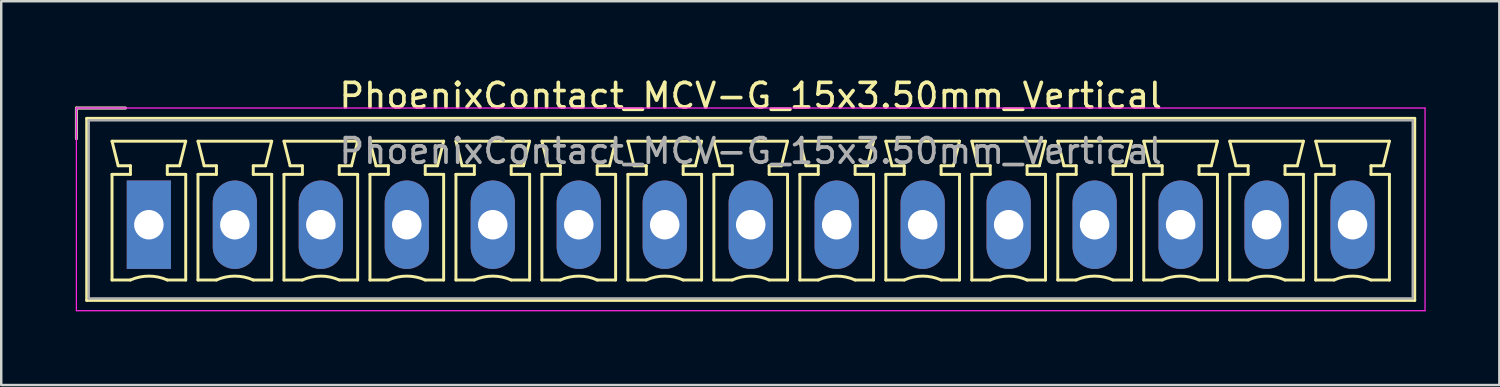
<source format=kicad_pcb>
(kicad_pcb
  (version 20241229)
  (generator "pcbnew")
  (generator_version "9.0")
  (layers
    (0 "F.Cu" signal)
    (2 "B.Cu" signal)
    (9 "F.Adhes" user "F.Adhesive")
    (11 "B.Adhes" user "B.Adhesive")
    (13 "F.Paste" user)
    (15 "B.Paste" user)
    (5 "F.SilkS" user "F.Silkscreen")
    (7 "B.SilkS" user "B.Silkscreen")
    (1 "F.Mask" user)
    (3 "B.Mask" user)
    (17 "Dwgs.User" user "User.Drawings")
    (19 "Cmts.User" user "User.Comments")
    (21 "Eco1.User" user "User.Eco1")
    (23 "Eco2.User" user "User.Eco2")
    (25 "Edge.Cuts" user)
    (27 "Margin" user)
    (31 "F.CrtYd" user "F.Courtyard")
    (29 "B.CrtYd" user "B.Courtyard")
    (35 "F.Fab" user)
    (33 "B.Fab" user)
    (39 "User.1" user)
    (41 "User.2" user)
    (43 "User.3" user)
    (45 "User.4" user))
  (footprint "PhoenixContact_MCV-G_15x3.50mm_Vertical"
    (layer "F.Cu")
    (at 3.01 6.098)
    (property "Reference" "PhoenixContact_MCV-G_15x3.50mm_Vertical" (at 24.5 -5.25 0) (layer "F.SilkS") (effects (font (size 1 1) (thickness 0.15))))
    (attr through_hole)
    (fp_line (start -2.95 -4.75) (end -0.95 -4.75) (stroke (width 0.12) (type solid)) (layer "F.SilkS"))
    (fp_line (start -2.95 -3.5) (end -2.95 -4.75) (stroke (width 0.12) (type solid)) (layer "F.SilkS"))
    (fp_line (start -2.53 -4.33) (end -2.53 3.08) (stroke (width 0.12) (type solid)) (layer "F.SilkS"))
    (fp_line (start -2.53 3.08) (end 51.53 3.08) (stroke (width 0.12) (type solid)) (layer "F.SilkS"))
    (fp_line (start -1.5 -3.4) (end 1.5 -3.4) (stroke (width 0.12) (type solid)) (layer "F.SilkS"))
    (fp_line (start -1.5 -2.05) (end -0.75 -2.05) (stroke (width 0.12) (type solid)) (layer "F.SilkS"))
    (fp_line (start -1.5 2.25) (end -1.5 -2.05) (stroke (width 0.12) (type solid)) (layer "F.SilkS"))
    (fp_line (start -1.25 -2.4) (end -1.5 -3.4) (stroke (width 0.12) (type solid)) (layer "F.SilkS"))
    (fp_line (start -0.75 -2.4) (end -1.25 -2.4) (stroke (width 0.12) (type solid)) (layer "F.SilkS"))
    (fp_line (start -0.75 -2.05) (end -0.75 -2.4) (stroke (width 0.12) (type solid)) (layer "F.SilkS"))
    (fp_line (start -0.75 2.25) (end -1.5 2.25) (stroke (width 0.12) (type solid)) (layer "F.SilkS"))
    (fp_line (start 0.75 -2.4) (end 0.75 -2.05) (stroke (width 0.12) (type solid)) (layer "F.SilkS"))
    (fp_line (start 0.75 -2.05) (end 1.5 -2.05) (stroke (width 0.12) (type solid)) (layer "F.SilkS"))
    (fp_line (start 1.25 -2.4) (end 0.75 -2.4) (stroke (width 0.12) (type solid)) (layer "F.SilkS"))
    (fp_line (start 1.5 -3.4) (end 1.25 -2.4) (stroke (width 0.12) (type solid)) (layer "F.SilkS"))
    (fp_line (start 1.5 -2.05) (end 1.5 2.25) (stroke (width 0.12) (type solid)) (layer "F.SilkS"))
    (fp_line (start 1.5 2.25) (end 0.75 2.25) (stroke (width 0.12) (type solid)) (layer "F.SilkS"))
    (fp_line (start 2 -3.4) (end 5 -3.4) (stroke (width 0.12) (type solid)) (layer "F.SilkS"))
    (fp_line (start 2 -2.05) (end 2.75 -2.05) (stroke (width 0.12) (type solid)) (layer "F.SilkS"))
    (fp_line (start 2 2.25) (end 2 -2.05) (stroke (width 0.12) (type solid)) (layer "F.SilkS"))
    (fp_line (start 2.25 -2.4) (end 2 -3.4) (stroke (width 0.12) (type solid)) (layer "F.SilkS"))
    (fp_line (start 2.75 -2.4) (end 2.25 -2.4) (stroke (width 0.12) (type solid)) (layer "F.SilkS"))
    (fp_line (start 2.75 -2.05) (end 2.75 -2.4) (stroke (width 0.12) (type solid)) (layer "F.SilkS"))
    (fp_line (start 2.75 2.25) (end 2 2.25) (stroke (width 0.12) (type solid)) (layer "F.SilkS"))
    (fp_line (start 4.25 -2.4) (end 4.25 -2.05) (stroke (width 0.12) (type solid)) (layer "F.SilkS"))
    (fp_line (start 4.25 -2.05) (end 5 -2.05) (stroke (width 0.12) (type solid)) (layer "F.SilkS"))
    (fp_line (start 4.75 -2.4) (end 4.25 -2.4) (stroke (width 0.12) (type solid)) (layer "F.SilkS"))
    (fp_line (start 5 -3.4) (end 4.75 -2.4) (stroke (width 0.12) (type solid)) (layer "F.SilkS"))
    (fp_line (start 5 -2.05) (end 5 2.25) (stroke (width 0.12) (type solid)) (layer "F.SilkS"))
    (fp_line (start 5 2.25) (end 4.25 2.25) (stroke (width 0.12) (type solid)) (layer "F.SilkS"))
    (fp_line (start 5.5 -3.4) (end 8.5 -3.4) (stroke (width 0.12) (type solid)) (layer "F.SilkS"))
    (fp_line (start 5.5 -2.05) (end 6.25 -2.05) (stroke (width 0.12) (type solid)) (layer "F.SilkS"))
    (fp_line (start 5.5 2.25) (end 5.5 -2.05) (stroke (width 0.12) (type solid)) (layer "F.SilkS"))
    (fp_line (start 5.75 -2.4) (end 5.5 -3.4) (stroke (width 0.12) (type solid)) (layer "F.SilkS"))
    (fp_line (start 6.25 -2.4) (end 5.75 -2.4) (stroke (width 0.12) (type solid)) (layer "F.SilkS"))
    (fp_line (start 6.25 -2.05) (end 6.25 -2.4) (stroke (width 0.12) (type solid)) (layer "F.SilkS"))
    (fp_line (start 6.25 2.25) (end 5.5 2.25) (stroke (width 0.12) (type solid)) (layer "F.SilkS"))
    (fp_line (start 7.75 -2.4) (end 7.75 -2.05) (stroke (width 0.12) (type solid)) (layer "F.SilkS"))
    (fp_line (start 7.75 -2.05) (end 8.5 -2.05) (stroke (width 0.12) (type solid)) (layer "F.SilkS"))
    (fp_line (start 8.25 -2.4) (end 7.75 -2.4) (stroke (width 0.12) (type solid)) (layer "F.SilkS"))
    (fp_line (start 8.5 -3.4) (end 8.25 -2.4) (stroke (width 0.12) (type solid)) (layer "F.SilkS"))
    (fp_line (start 8.5 -2.05) (end 8.5 2.25) (stroke (width 0.12) (type solid)) (layer "F.SilkS"))
    (fp_line (start 8.5 2.25) (end 7.75 2.25) (stroke (width 0.12) (type solid)) (layer "F.SilkS"))
    (fp_line (start 9 -3.4) (end 12 -3.4) (stroke (width 0.12) (type solid)) (layer "F.SilkS"))
    (fp_line (start 9 -2.05) (end 9.75 -2.05) (stroke (width 0.12) (type solid)) (layer "F.SilkS"))
    (fp_line (start 9 2.25) (end 9 -2.05) (stroke (width 0.12) (type solid)) (layer "F.SilkS"))
    (fp_line (start 9.25 -2.4) (end 9 -3.4) (stroke (width 0.12) (type solid)) (layer "F.SilkS"))
    (fp_line (start 9.75 -2.4) (end 9.25 -2.4) (stroke (width 0.12) (type solid)) (layer "F.SilkS"))
    (fp_line (start 9.75 -2.05) (end 9.75 -2.4) (stroke (width 0.12) (type solid)) (layer "F.SilkS"))
    (fp_line (start 9.75 2.25) (end 9 2.25) (stroke (width 0.12) (type solid)) (layer "F.SilkS"))
    (fp_line (start 11.25 -2.4) (end 11.25 -2.05) (stroke (width 0.12) (type solid)) (layer "F.SilkS"))
    (fp_line (start 11.25 -2.05) (end 12 -2.05) (stroke (width 0.12) (type solid)) (layer "F.SilkS"))
    (fp_line (start 11.75 -2.4) (end 11.25 -2.4) (stroke (width 0.12) (type solid)) (layer "F.SilkS"))
    (fp_line (start 12 -3.4) (end 11.75 -2.4) (stroke (width 0.12) (type solid)) (layer "F.SilkS"))
    (fp_line (start 12 -2.05) (end 12 2.25) (stroke (width 0.12) (type solid)) (layer "F.SilkS"))
    (fp_line (start 12 2.25) (end 11.25 2.25) (stroke (width 0.12) (type solid)) (layer "F.SilkS"))
    (fp_line (start 12.5 -3.4) (end 15.5 -3.4) (stroke (width 0.12) (type solid)) (layer "F.SilkS"))
    (fp_line (start 12.5 -2.05) (end 13.25 -2.05) (stroke (width 0.12) (type solid)) (layer "F.SilkS"))
    (fp_line (start 12.5 2.25) (end 12.5 -2.05) (stroke (width 0.12) (type solid)) (layer "F.SilkS"))
    (fp_line (start 12.75 -2.4) (end 12.5 -3.4) (stroke (width 0.12) (type solid)) (layer "F.SilkS"))
    (fp_line (start 13.25 -2.4) (end 12.75 -2.4) (stroke (width 0.12) (type solid)) (layer "F.SilkS"))
    (fp_line (start 13.25 -2.05) (end 13.25 -2.4) (stroke (width 0.12) (type solid)) (layer "F.SilkS"))
    (fp_line (start 13.25 2.25) (end 12.5 2.25) (stroke (width 0.12) (type solid)) (layer "F.SilkS"))
    (fp_line (start 14.75 -2.4) (end 14.75 -2.05) (stroke (width 0.12) (type solid)) (layer "F.SilkS"))
    (fp_line (start 14.75 -2.05) (end 15.5 -2.05) (stroke (width 0.12) (type solid)) (layer "F.SilkS"))
    (fp_line (start 15.25 -2.4) (end 14.75 -2.4) (stroke (width 0.12) (type solid)) (layer "F.SilkS"))
    (fp_line (start 15.5 -3.4) (end 15.25 -2.4) (stroke (width 0.12) (type solid)) (layer "F.SilkS"))
    (fp_line (start 15.5 -2.05) (end 15.5 2.25) (stroke (width 0.12) (type solid)) (layer "F.SilkS"))
    (fp_line (start 15.5 2.25) (end 14.75 2.25) (stroke (width 0.12) (type solid)) (layer "F.SilkS"))
    (fp_line (start 16 -3.4) (end 19 -3.4) (stroke (width 0.12) (type solid)) (layer "F.SilkS"))
    (fp_line (start 16 -2.05) (end 16.75 -2.05) (stroke (width 0.12) (type solid)) (layer "F.SilkS"))
    (fp_line (start 16 2.25) (end 16 -2.05) (stroke (width 0.12) (type solid)) (layer "F.SilkS"))
    (fp_line (start 16.25 -2.4) (end 16 -3.4) (stroke (width 0.12) (type solid)) (layer "F.SilkS"))
    (fp_line (start 16.75 -2.4) (end 16.25 -2.4) (stroke (width 0.12) (type solid)) (layer "F.SilkS"))
    (fp_line (start 16.75 -2.05) (end 16.75 -2.4) (stroke (width 0.12) (type solid)) (layer "F.SilkS"))
    (fp_line (start 16.75 2.25) (end 16 2.25) (stroke (width 0.12) (type solid)) (layer "F.SilkS"))
    (fp_line (start 18.25 -2.4) (end 18.25 -2.05) (stroke (width 0.12) (type solid)) (layer "F.SilkS"))
    (fp_line (start 18.25 -2.05) (end 19 -2.05) (stroke (width 0.12) (type solid)) (layer "F.SilkS"))
    (fp_line (start 18.75 -2.4) (end 18.25 -2.4) (stroke (width 0.12) (type solid)) (layer "F.SilkS"))
    (fp_line (start 19 -3.4) (end 18.75 -2.4) (stroke (width 0.12) (type solid)) (layer "F.SilkS"))
    (fp_line (start 19 -2.05) (end 19 2.25) (stroke (width 0.12) (type solid)) (layer "F.SilkS"))
    (fp_line (start 19 2.25) (end 18.25 2.25) (stroke (width 0.12) (type solid)) (layer "F.SilkS"))
    (fp_line (start 19.5 -3.4) (end 22.5 -3.4) (stroke (width 0.12) (type solid)) (layer "F.SilkS"))
    (fp_line (start 19.5 -2.05) (end 20.25 -2.05) (stroke (width 0.12) (type solid)) (layer "F.SilkS"))
    (fp_line (start 19.5 2.25) (end 19.5 -2.05) (stroke (width 0.12) (type solid)) (layer "F.SilkS"))
    (fp_line (start 19.75 -2.4) (end 19.5 -3.4) (stroke (width 0.12) (type solid)) (layer "F.SilkS"))
    (fp_line (start 20.25 -2.4) (end 19.75 -2.4) (stroke (width 0.12) (type solid)) (layer "F.SilkS"))
    (fp_line (start 20.25 -2.05) (end 20.25 -2.4) (stroke (width 0.12) (type solid)) (layer "F.SilkS"))
    (fp_line (start 20.25 2.25) (end 19.5 2.25) (stroke (width 0.12) (type solid)) (layer "F.SilkS"))
    (fp_line (start 21.75 -2.4) (end 21.75 -2.05) (stroke (width 0.12) (type solid)) (layer "F.SilkS"))
    (fp_line (start 21.75 -2.05) (end 22.5 -2.05) (stroke (width 0.12) (type solid)) (layer "F.SilkS"))
    (fp_line (start 22.25 -2.4) (end 21.75 -2.4) (stroke (width 0.12) (type solid)) (layer "F.SilkS"))
    (fp_line (start 22.5 -3.4) (end 22.25 -2.4) (stroke (width 0.12) (type solid)) (layer "F.SilkS"))
    (fp_line (start 22.5 -2.05) (end 22.5 2.25) (stroke (width 0.12) (type solid)) (layer "F.SilkS"))
    (fp_line (start 22.5 2.25) (end 21.75 2.25) (stroke (width 0.12) (type solid)) (layer "F.SilkS"))
    (fp_line (start 23 -3.4) (end 26 -3.4) (stroke (width 0.12) (type solid)) (layer "F.SilkS"))
    (fp_line (start 23 -2.05) (end 23.75 -2.05) (stroke (width 0.12) (type solid)) (layer "F.SilkS"))
    (fp_line (start 23 2.25) (end 23 -2.05) (stroke (width 0.12) (type solid)) (layer "F.SilkS"))
    (fp_line (start 23.25 -2.4) (end 23 -3.4) (stroke (width 0.12) (type solid)) (layer "F.SilkS"))
    (fp_line (start 23.75 -2.4) (end 23.25 -2.4) (stroke (width 0.12) (type solid)) (layer "F.SilkS"))
    (fp_line (start 23.75 -2.05) (end 23.75 -2.4) (stroke (width 0.12) (type solid)) (layer "F.SilkS"))
    (fp_line (start 23.75 2.25) (end 23 2.25) (stroke (width 0.12) (type solid)) (layer "F.SilkS"))
    (fp_line (start 25.25 -2.4) (end 25.25 -2.05) (stroke (width 0.12) (type solid)) (layer "F.SilkS"))
    (fp_line (start 25.25 -2.05) (end 26 -2.05) (stroke (width 0.12) (type solid)) (layer "F.SilkS"))
    (fp_line (start 25.75 -2.4) (end 25.25 -2.4) (stroke (width 0.12) (type solid)) (layer "F.SilkS"))
    (fp_line (start 26 -3.4) (end 25.75 -2.4) (stroke (width 0.12) (type solid)) (layer "F.SilkS"))
    (fp_line (start 26 -2.05) (end 26 2.25) (stroke (width 0.12) (type solid)) (layer "F.SilkS"))
    (fp_line (start 26 2.25) (end 25.25 2.25) (stroke (width 0.12) (type solid)) (layer "F.SilkS"))
    (fp_line (start 26.5 -3.4) (end 29.5 -3.4) (stroke (width 0.12) (type solid)) (layer "F.SilkS"))
    (fp_line (start 26.5 -2.05) (end 27.25 -2.05) (stroke (width 0.12) (type solid)) (layer "F.SilkS"))
    (fp_line (start 26.5 2.25) (end 26.5 -2.05) (stroke (width 0.12) (type solid)) (layer "F.SilkS"))
    (fp_line (start 26.75 -2.4) (end 26.5 -3.4) (stroke (width 0.12) (type solid)) (layer "F.SilkS"))
    (fp_line (start 27.25 -2.4) (end 26.75 -2.4) (stroke (width 0.12) (type solid)) (layer "F.SilkS"))
    (fp_line (start 27.25 -2.05) (end 27.25 -2.4) (stroke (width 0.12) (type solid)) (layer "F.SilkS"))
    (fp_line (start 27.25 2.25) (end 26.5 2.25) (stroke (width 0.12) (type solid)) (layer "F.SilkS"))
    (fp_line (start 28.75 -2.4) (end 28.75 -2.05) (stroke (width 0.12) (type solid)) (layer "F.SilkS"))
    (fp_line (start 28.75 -2.05) (end 29.5 -2.05) (stroke (width 0.12) (type solid)) (layer "F.SilkS"))
    (fp_line (start 29.25 -2.4) (end 28.75 -2.4) (stroke (width 0.12) (type solid)) (layer "F.SilkS"))
    (fp_line (start 29.5 -3.4) (end 29.25 -2.4) (stroke (width 0.12) (type solid)) (layer "F.SilkS"))
    (fp_line (start 29.5 -2.05) (end 29.5 2.25) (stroke (width 0.12) (type solid)) (layer "F.SilkS"))
    (fp_line (start 29.5 2.25) (end 28.75 2.25) (stroke (width 0.12) (type solid)) (layer "F.SilkS"))
    (fp_line (start 30 -3.4) (end 33 -3.4) (stroke (width 0.12) (type solid)) (layer "F.SilkS"))
    (fp_line (start 30 -2.05) (end 30.75 -2.05) (stroke (width 0.12) (type solid)) (layer "F.SilkS"))
    (fp_line (start 30 2.25) (end 30 -2.05) (stroke (width 0.12) (type solid)) (layer "F.SilkS"))
    (fp_line (start 30.25 -2.4) (end 30 -3.4) (stroke (width 0.12) (type solid)) (layer "F.SilkS"))
    (fp_line (start 30.75 -2.4) (end 30.25 -2.4) (stroke (width 0.12) (type solid)) (layer "F.SilkS"))
    (fp_line (start 30.75 -2.05) (end 30.75 -2.4) (stroke (width 0.12) (type solid)) (layer "F.SilkS"))
    (fp_line (start 30.75 2.25) (end 30 2.25) (stroke (width 0.12) (type solid)) (layer "F.SilkS"))
    (fp_line (start 32.25 -2.4) (end 32.25 -2.05) (stroke (width 0.12) (type solid)) (layer "F.SilkS"))
    (fp_line (start 32.25 -2.05) (end 33 -2.05) (stroke (width 0.12) (type solid)) (layer "F.SilkS"))
    (fp_line (start 32.75 -2.4) (end 32.25 -2.4) (stroke (width 0.12) (type solid)) (layer "F.SilkS"))
    (fp_line (start 33 -3.4) (end 32.75 -2.4) (stroke (width 0.12) (type solid)) (layer "F.SilkS"))
    (fp_line (start 33 -2.05) (end 33 2.25) (stroke (width 0.12) (type solid)) (layer "F.SilkS"))
    (fp_line (start 33 2.25) (end 32.25 2.25) (stroke (width 0.12) (type solid)) (layer "F.SilkS"))
    (fp_line (start 33.5 -3.4) (end 36.5 -3.4) (stroke (width 0.12) (type solid)) (layer "F.SilkS"))
    (fp_line (start 33.5 -2.05) (end 34.25 -2.05) (stroke (width 0.12) (type solid)) (layer "F.SilkS"))
    (fp_line (start 33.5 2.25) (end 33.5 -2.05) (stroke (width 0.12) (type solid)) (layer "F.SilkS"))
    (fp_line (start 33.75 -2.4) (end 33.5 -3.4) (stroke (width 0.12) (type solid)) (layer "F.SilkS"))
    (fp_line (start 34.25 -2.4) (end 33.75 -2.4) (stroke (width 0.12) (type solid)) (layer "F.SilkS"))
    (fp_line (start 34.25 -2.05) (end 34.25 -2.4) (stroke (width 0.12) (type solid)) (layer "F.SilkS"))
    (fp_line (start 34.25 2.25) (end 33.5 2.25) (stroke (width 0.12) (type solid)) (layer "F.SilkS"))
    (fp_line (start 35.75 -2.4) (end 35.75 -2.05) (stroke (width 0.12) (type solid)) (layer "F.SilkS"))
    (fp_line (start 35.75 -2.05) (end 36.5 -2.05) (stroke (width 0.12) (type solid)) (layer "F.SilkS"))
    (fp_line (start 36.25 -2.4) (end 35.75 -2.4) (stroke (width 0.12) (type solid)) (layer "F.SilkS"))
    (fp_line (start 36.5 -3.4) (end 36.25 -2.4) (stroke (width 0.12) (type solid)) (layer "F.SilkS"))
    (fp_line (start 36.5 -2.05) (end 36.5 2.25) (stroke (width 0.12) (type solid)) (layer "F.SilkS"))
    (fp_line (start 36.5 2.25) (end 35.75 2.25) (stroke (width 0.12) (type solid)) (layer "F.SilkS"))
    (fp_line (start 37 -3.4) (end 40 -3.4) (stroke (width 0.12) (type solid)) (layer "F.SilkS"))
    (fp_line (start 37 -2.05) (end 37.75 -2.05) (stroke (width 0.12) (type solid)) (layer "F.SilkS"))
    (fp_line (start 37 2.25) (end 37 -2.05) (stroke (width 0.12) (type solid)) (layer "F.SilkS"))
    (fp_line (start 37.25 -2.4) (end 37 -3.4) (stroke (width 0.12) (type solid)) (layer "F.SilkS"))
    (fp_line (start 37.75 -2.4) (end 37.25 -2.4) (stroke (width 0.12) (type solid)) (layer "F.SilkS"))
    (fp_line (start 37.75 -2.05) (end 37.75 -2.4) (stroke (width 0.12) (type solid)) (layer "F.SilkS"))
    (fp_line (start 37.75 2.25) (end 37 2.25) (stroke (width 0.12) (type solid)) (layer "F.SilkS"))
    (fp_line (start 39.25 -2.4) (end 39.25 -2.05) (stroke (width 0.12) (type solid)) (layer "F.SilkS"))
    (fp_line (start 39.25 -2.05) (end 40 -2.05) (stroke (width 0.12) (type solid)) (layer "F.SilkS"))
    (fp_line (start 39.75 -2.4) (end 39.25 -2.4) (stroke (width 0.12) (type solid)) (layer "F.SilkS"))
    (fp_line (start 40 -3.4) (end 39.75 -2.4) (stroke (width 0.12) (type solid)) (layer "F.SilkS"))
    (fp_line (start 40 -2.05) (end 40 2.25) (stroke (width 0.12) (type solid)) (layer "F.SilkS"))
    (fp_line (start 40 2.25) (end 39.25 2.25) (stroke (width 0.12) (type solid)) (layer "F.SilkS"))
    (fp_line (start 40.5 -3.4) (end 43.5 -3.4) (stroke (width 0.12) (type solid)) (layer "F.SilkS"))
    (fp_line (start 40.5 -2.05) (end 41.25 -2.05) (stroke (width 0.12) (type solid)) (layer "F.SilkS"))
    (fp_line (start 40.5 2.25) (end 40.5 -2.05) (stroke (width 0.12) (type solid)) (layer "F.SilkS"))
    (fp_line (start 40.75 -2.4) (end 40.5 -3.4) (stroke (width 0.12) (type solid)) (layer "F.SilkS"))
    (fp_line (start 41.25 -2.4) (end 40.75 -2.4) (stroke (width 0.12) (type solid)) (layer "F.SilkS"))
    (fp_line (start 41.25 -2.05) (end 41.25 -2.4) (stroke (width 0.12) (type solid)) (layer "F.SilkS"))
    (fp_line (start 41.25 2.25) (end 40.5 2.25) (stroke (width 0.12) (type solid)) (layer "F.SilkS"))
    (fp_line (start 42.75 -2.4) (end 42.75 -2.05) (stroke (width 0.12) (type solid)) (layer "F.SilkS"))
    (fp_line (start 42.75 -2.05) (end 43.5 -2.05) (stroke (width 0.12) (type solid)) (layer "F.SilkS"))
    (fp_line (start 43.25 -2.4) (end 42.75 -2.4) (stroke (width 0.12) (type solid)) (layer "F.SilkS"))
    (fp_line (start 43.5 -3.4) (end 43.25 -2.4) (stroke (width 0.12) (type solid)) (layer "F.SilkS"))
    (fp_line (start 43.5 -2.05) (end 43.5 2.25) (stroke (width 0.12) (type solid)) (layer "F.SilkS"))
    (fp_line (start 43.5 2.25) (end 42.75 2.25) (stroke (width 0.12) (type solid)) (layer "F.SilkS"))
    (fp_line (start 44 -3.4) (end 47 -3.4) (stroke (width 0.12) (type solid)) (layer "F.SilkS"))
    (fp_line (start 44 -2.05) (end 44.75 -2.05) (stroke (width 0.12) (type solid)) (layer "F.SilkS"))
    (fp_line (start 44 2.25) (end 44 -2.05) (stroke (width 0.12) (type solid)) (layer "F.SilkS"))
    (fp_line (start 44.25 -2.4) (end 44 -3.4) (stroke (width 0.12) (type solid)) (layer "F.SilkS"))
    (fp_line (start 44.75 -2.4) (end 44.25 -2.4) (stroke (width 0.12) (type solid)) (layer "F.SilkS"))
    (fp_line (start 44.75 -2.05) (end 44.75 -2.4) (stroke (width 0.12) (type solid)) (layer "F.SilkS"))
    (fp_line (start 44.75 2.25) (end 44 2.25) (stroke (width 0.12) (type solid)) (layer "F.SilkS"))
    (fp_line (start 46.25 -2.4) (end 46.25 -2.05) (stroke (width 0.12) (type solid)) (layer "F.SilkS"))
    (fp_line (start 46.25 -2.05) (end 47 -2.05) (stroke (width 0.12) (type solid)) (layer "F.SilkS"))
    (fp_line (start 46.75 -2.4) (end 46.25 -2.4) (stroke (width 0.12) (type solid)) (layer "F.SilkS"))
    (fp_line (start 47 -3.4) (end 46.75 -2.4) (stroke (width 0.12) (type solid)) (layer "F.SilkS"))
    (fp_line (start 47 -2.05) (end 47 2.25) (stroke (width 0.12) (type solid)) (layer "F.SilkS"))
    (fp_line (start 47 2.25) (end 46.25 2.25) (stroke (width 0.12) (type solid)) (layer "F.SilkS"))
    (fp_line (start 47.5 -3.4) (end 50.5 -3.4) (stroke (width 0.12) (type solid)) (layer "F.SilkS"))
    (fp_line (start 47.5 -2.05) (end 48.25 -2.05) (stroke (width 0.12) (type solid)) (layer "F.SilkS"))
    (fp_line (start 47.5 2.25) (end 47.5 -2.05) (stroke (width 0.12) (type solid)) (layer "F.SilkS"))
    (fp_line (start 47.75 -2.4) (end 47.5 -3.4) (stroke (width 0.12) (type solid)) (layer "F.SilkS"))
    (fp_line (start 48.25 -2.4) (end 47.75 -2.4) (stroke (width 0.12) (type solid)) (layer "F.SilkS"))
    (fp_line (start 48.25 -2.05) (end 48.25 -2.4) (stroke (width 0.12) (type solid)) (layer "F.SilkS"))
    (fp_line (start 48.25 2.25) (end 47.5 2.25) (stroke (width 0.12) (type solid)) (layer "F.SilkS"))
    (fp_line (start 49.75 -2.4) (end 49.75 -2.05) (stroke (width 0.12) (type solid)) (layer "F.SilkS"))
    (fp_line (start 49.75 -2.05) (end 50.5 -2.05) (stroke (width 0.12) (type solid)) (layer "F.SilkS"))
    (fp_line (start 50.25 -2.4) (end 49.75 -2.4) (stroke (width 0.12) (type solid)) (layer "F.SilkS"))
    (fp_line (start 50.5 -3.4) (end 50.25 -2.4) (stroke (width 0.12) (type solid)) (layer "F.SilkS"))
    (fp_line (start 50.5 -2.05) (end 50.5 2.25) (stroke (width 0.12) (type solid)) (layer "F.SilkS"))
    (fp_line (start 50.5 2.25) (end 49.75 2.25) (stroke (width 0.12) (type solid)) (layer "F.SilkS"))
    (fp_line (start 51.53 -4.33) (end -2.53 -4.33) (stroke (width 0.12) (type solid)) (layer "F.SilkS"))
    (fp_line (start 51.53 3.08) (end 51.53 -4.33) (stroke (width 0.12) (type solid)) (layer "F.SilkS"))
    (fp_arc (start -0.75 2.25) (mid -0.000193 2.09191) (end 0.749647 2.249844) (stroke (width 0.12) (type solid)) (layer "F.SilkS"))
    (fp_arc (start 2.75 2.25) (mid 3.499807 2.09191) (end 4.249647 2.249844) (stroke (width 0.12) (type solid)) (layer "F.SilkS"))
    (fp_arc (start 6.25 2.25) (mid 6.999807 2.09191) (end 7.749647 2.249844) (stroke (width 0.12) (type solid)) (layer "F.SilkS"))
    (fp_arc (start 9.75 2.25) (mid 10.499807 2.09191) (end 11.249647 2.249844) (stroke (width 0.12) (type solid)) (layer "F.SilkS"))
    (fp_arc (start 13.25 2.25) (mid 13.999807 2.09191) (end 14.749647 2.249844) (stroke (width 0.12) (type solid)) (layer "F.SilkS"))
    (fp_arc (start 16.75 2.25) (mid 17.499807 2.09191) (end 18.249647 2.249844) (stroke (width 0.12) (type solid)) (layer "F.SilkS"))
    (fp_arc (start 20.25 2.25) (mid 20.999807 2.09191) (end 21.749647 2.249844) (stroke (width 0.12) (type solid)) (layer "F.SilkS"))
    (fp_arc (start 23.75 2.25) (mid 24.499807 2.09191) (end 25.249647 2.249844) (stroke (width 0.12) (type solid)) (layer "F.SilkS"))
    (fp_arc (start 27.25 2.25) (mid 27.999807 2.09191) (end 28.749647 2.249844) (stroke (width 0.12) (type solid)) (layer "F.SilkS"))
    (fp_arc (start 30.75 2.25) (mid 31.499807 2.09191) (end 32.249647 2.249844) (stroke (width 0.12) (type solid)) (layer "F.SilkS"))
    (fp_arc (start 34.25 2.25) (mid 34.999807 2.09191) (end 35.749647 2.249844) (stroke (width 0.12) (type solid)) (layer "F.SilkS"))
    (fp_arc (start 37.75 2.25) (mid 38.499807 2.09191) (end 39.249647 2.249844) (stroke (width 0.12) (type solid)) (layer "F.SilkS"))
    (fp_arc (start 41.25 2.25) (mid 41.999807 2.09191) (end 42.749647 2.249844) (stroke (width 0.12) (type solid)) (layer "F.SilkS"))
    (fp_arc (start 44.75 2.25) (mid 45.499807 2.09191) (end 46.249647 2.249844) (stroke (width 0.12) (type solid)) (layer "F.SilkS"))
    (fp_arc (start 48.25 2.25) (mid 48.999807 2.09191) (end 49.749647 2.249844) (stroke (width 0.12) (type solid)) (layer "F.SilkS"))
    (fp_line (start -2.95 -4.75) (end -2.95 3.5) (stroke (width 0.05) (type solid)) (layer "F.CrtYd"))
    (fp_line (start -2.95 3.5) (end 51.95 3.5) (stroke (width 0.05) (type solid)) (layer "F.CrtYd"))
    (fp_line (start 51.95 -4.75) (end -2.95 -4.75) (stroke (width 0.05) (type solid)) (layer "F.CrtYd"))
    (fp_line (start 51.95 3.5) (end 51.95 -4.75) (stroke (width 0.05) (type solid)) (layer "F.CrtYd"))
    (fp_line (start -2.95 -4.75) (end -0.95 -4.75) (stroke (width 0.1) (type solid)) (layer "F.Fab"))
    (fp_line (start -2.95 -3.5) (end -2.95 -4.75) (stroke (width 0.1) (type solid)) (layer "F.Fab"))
    (fp_line (start -2.45 -4.25) (end -2.45 3) (stroke (width 0.1) (type solid)) (layer "F.Fab"))
    (fp_line (start -2.45 3) (end 51.45 3) (stroke (width 0.1) (type solid)) (layer "F.Fab"))
    (fp_line (start 51.45 -4.25) (end -2.45 -4.25) (stroke (width 0.1) (type solid)) (layer "F.Fab"))
    (fp_line (start 51.45 3) (end 51.45 -4.25) (stroke (width 0.1) (type solid)) (layer "F.Fab"))
    (fp_text user "${REFERENCE}" (at 24.5 -3 0) (layer "F.Fab") (effects (font (size 1 1) (thickness 0.15))))
    (pad "1" thru_hole rect (at 0 0) (size 1.8 3.6) (drill 1.2) (layers "*.Cu" "*.Mask"))
    (pad "2" thru_hole oval (at 3.5 0) (size 1.8 3.6) (drill 1.2) (layers "*.Cu" "*.Mask"))
    (pad "3" thru_hole oval (at 7 0) (size 1.8 3.6) (drill 1.2) (layers "*.Cu" "*.Mask"))
    (pad "4" thru_hole oval (at 10.5 0) (size 1.8 3.6) (drill 1.2) (layers "*.Cu" "*.Mask"))
    (pad "5" thru_hole oval (at 14 0) (size 1.8 3.6) (drill 1.2) (layers "*.Cu" "*.Mask"))
    (pad "6" thru_hole oval (at 17.5 0) (size 1.8 3.6) (drill 1.2) (layers "*.Cu" "*.Mask"))
    (pad "7" thru_hole oval (at 21 0) (size 1.8 3.6) (drill 1.2) (layers "*.Cu" "*.Mask"))
    (pad "8" thru_hole oval (at 24.5 0) (size 1.8 3.6) (drill 1.2) (layers "*.Cu" "*.Mask"))
    (pad "9" thru_hole oval (at 28 0) (size 1.8 3.6) (drill 1.2) (layers "*.Cu" "*.Mask"))
    (pad "10" thru_hole oval (at 31.5 0) (size 1.8 3.6) (drill 1.2) (layers "*.Cu" "*.Mask"))
    (pad "11" thru_hole oval (at 35 0) (size 1.8 3.6) (drill 1.2) (layers "*.Cu" "*.Mask"))
    (pad "12" thru_hole oval (at 38.5 0) (size 1.8 3.6) (drill 1.2) (layers "*.Cu" "*.Mask"))
    (pad "13" thru_hole oval (at 42 0) (size 1.8 3.6) (drill 1.2) (layers "*.Cu" "*.Mask"))
    (pad "14" thru_hole oval (at 45.5 0) (size 1.8 3.6) (drill 1.2) (layers "*.Cu" "*.Mask"))
    (pad "15" thru_hole oval (at 49 0) (size 1.8 3.6) (drill 1.2) (layers "*.Cu" "*.Mask")))
  (gr_rect
    (start -3 -3)
    (end 57.985 12.623)
    (stroke (width 0.1) (type default))
    (fill no)
    (layer "Edge.Cuts")))
</source>
